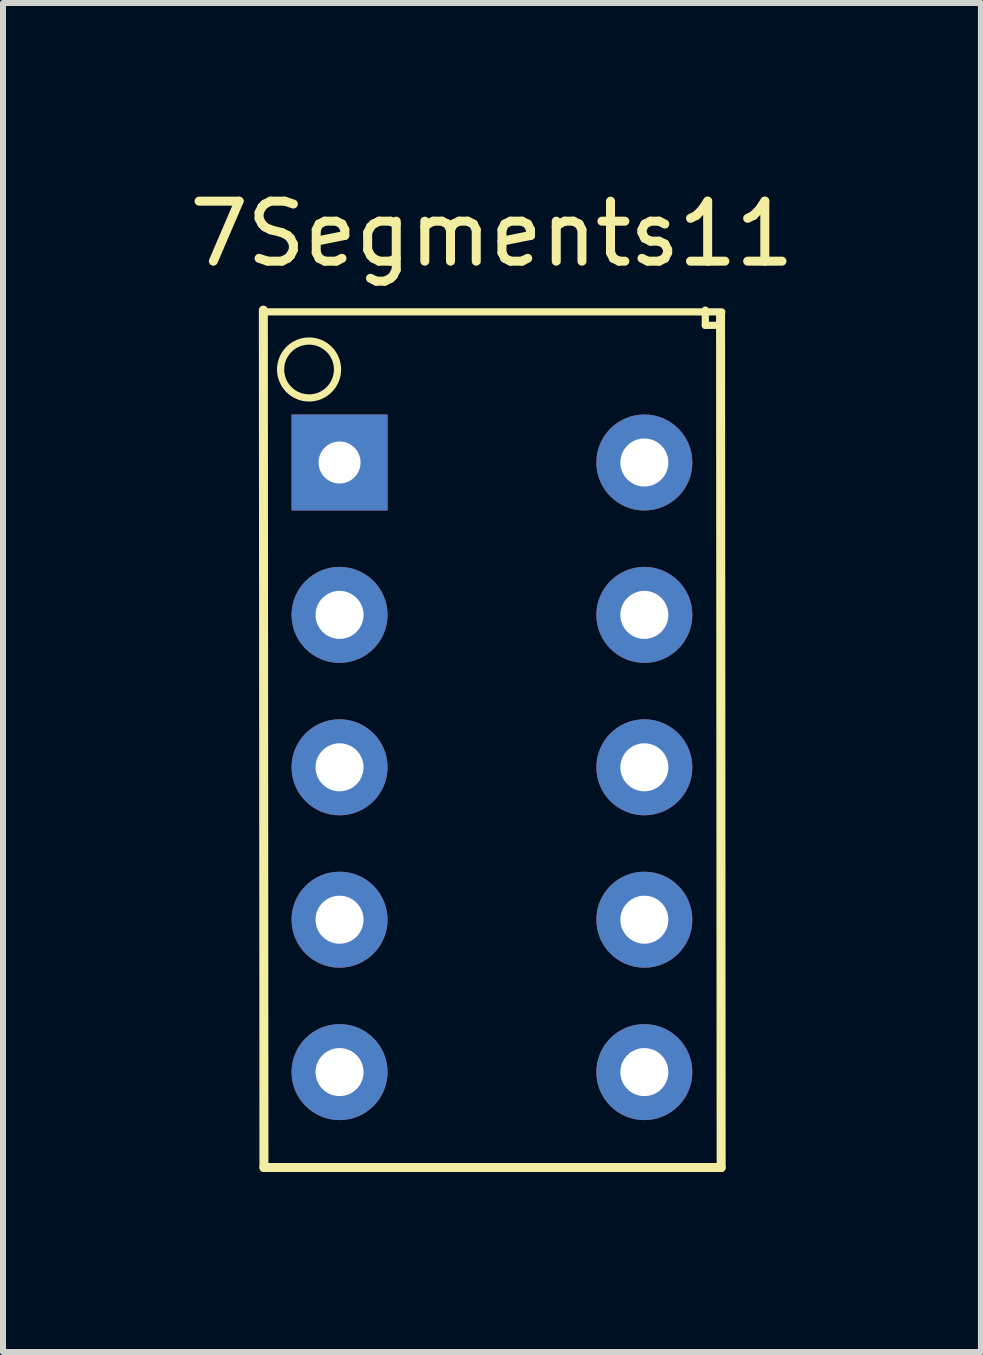
<source format=kicad_pcb>
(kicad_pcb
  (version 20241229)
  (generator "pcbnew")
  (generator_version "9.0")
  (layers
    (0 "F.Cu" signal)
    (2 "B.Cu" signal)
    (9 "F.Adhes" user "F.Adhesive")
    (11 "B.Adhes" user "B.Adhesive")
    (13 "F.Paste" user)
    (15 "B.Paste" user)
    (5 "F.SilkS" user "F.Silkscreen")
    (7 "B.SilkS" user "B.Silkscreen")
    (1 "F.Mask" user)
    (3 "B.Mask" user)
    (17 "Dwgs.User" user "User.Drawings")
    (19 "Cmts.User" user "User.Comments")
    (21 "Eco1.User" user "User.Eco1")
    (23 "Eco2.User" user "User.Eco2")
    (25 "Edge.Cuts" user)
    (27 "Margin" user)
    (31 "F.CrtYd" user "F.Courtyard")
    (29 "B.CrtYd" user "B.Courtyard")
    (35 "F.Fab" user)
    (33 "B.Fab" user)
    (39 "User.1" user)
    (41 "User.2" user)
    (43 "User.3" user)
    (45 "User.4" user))
  (footprint "7Segments11"
    (layer "F.Cu")
    (at 5.149 2.118)
    (property "Reference" "7Segments11" (at 0 -1.27 0) (layer "F.SilkS") (effects (font (size 1 1) (thickness 0.15))))
    (attr through_hole)
    (fp_line (start -3.81 0) (end -3.8 14.29) (stroke (width 0.15) (type solid)) (layer "F.SilkS"))
    (fp_line (start -3.8 14.29) (end 3.82 14.29) (stroke (width 0.15) (type solid)) (layer "F.SilkS"))
    (fp_line (start -3.76 0.03) (end 3.83 0.03) (stroke (width 0.12) (type solid)) (layer "F.SilkS"))
    (fp_line (start 3.556 0.254) (end 3.556 0) (stroke (width 0.12) (type solid)) (layer "F.SilkS"))
    (fp_line (start 3.81 0.254) (end 3.556 0.254) (stroke (width 0.12) (type solid)) (layer "F.SilkS"))
    (fp_line (start 3.82 14.29) (end 3.81 0.06) (stroke (width 0.15) (type solid)) (layer "F.SilkS"))
    (fp_circle (center -3.048 0.99) (end -2.848 0.56) (stroke (width 0.12) (type solid)) (fill no) (layer "F.SilkS"))
    (pad "1" thru_hole rect (at -2.54 2.54) (size 1.6 1.6) (drill 0.7) (layers "*.Cu" "*.Mask"))
    (pad "2" thru_hole circle (at -2.54 5.08) (size 1.6 1.6) (drill 0.8) (layers "*.Cu" "*.Mask"))
    (pad "3" thru_hole circle (at -2.54 7.62) (size 1.6 1.6) (drill 0.8) (layers "*.Cu" "*.Mask"))
    (pad "4" thru_hole circle (at -2.54 10.16) (size 1.6 1.6) (drill 0.8) (layers "*.Cu" "*.Mask"))
    (pad "5" thru_hole circle (at -2.54 12.7) (size 1.6 1.6) (drill 0.8) (layers "*.Cu" "*.Mask"))
    (pad "6" thru_hole circle (at 2.54 12.7) (size 1.6 1.6) (drill 0.8) (layers "*.Cu" "*.Mask"))
    (pad "7" thru_hole circle (at 2.54 10.16) (size 1.6 1.6) (drill 0.8) (layers "*.Cu" "*.Mask"))
    (pad "8" thru_hole circle (at 2.54 7.62) (size 1.6 1.6) (drill 0.8) (layers "*.Cu" "*.Mask"))
    (pad "9" thru_hole circle (at 2.54 5.08) (size 1.6 1.6) (drill 0.8) (layers "*.Cu" "*.Mask"))
    (pad "10" thru_hole circle (at 2.54 2.54) (size 1.6 1.6) (drill 0.8) (layers "*.Cu" "*.Mask")))
  (gr_rect
    (start -3 -3)
    (end 13.298 19.483)
    (stroke (width 0.1) (type default))
    (fill no)
    (layer "Edge.Cuts")))
</source>
